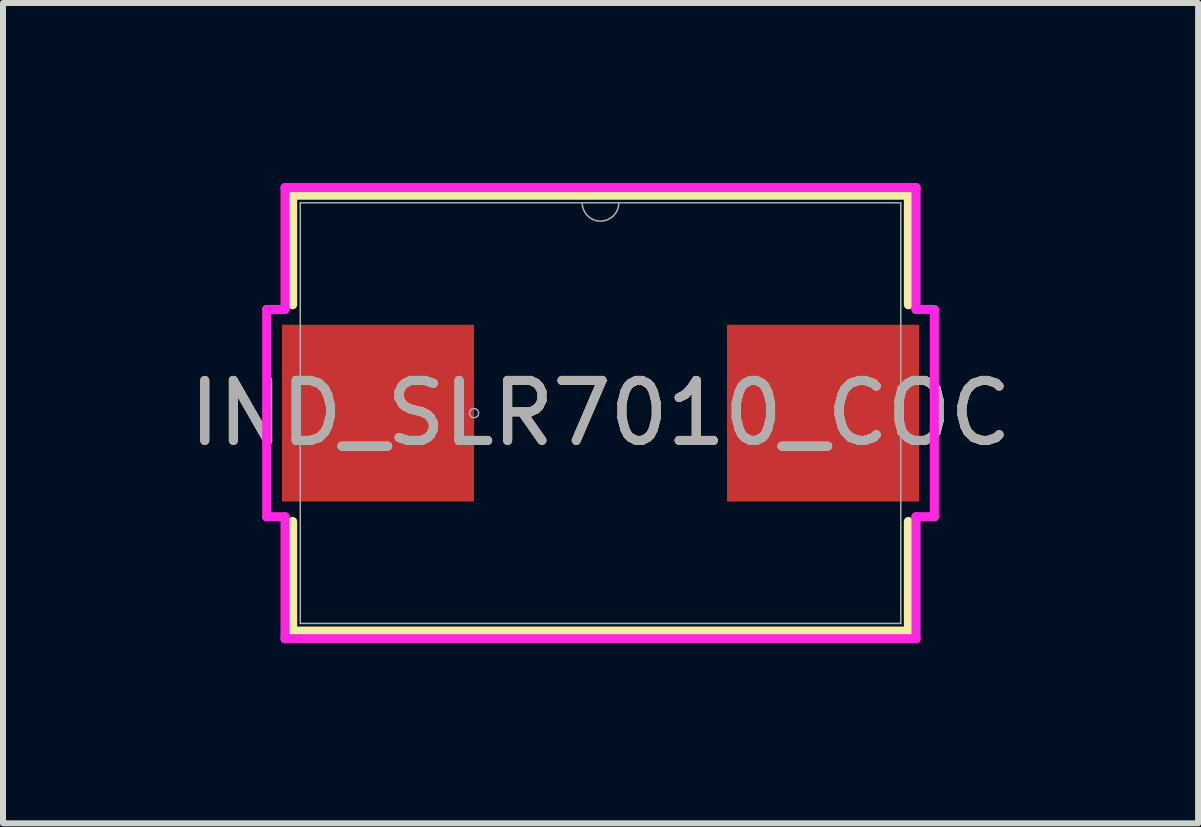
<source format=kicad_pcb>
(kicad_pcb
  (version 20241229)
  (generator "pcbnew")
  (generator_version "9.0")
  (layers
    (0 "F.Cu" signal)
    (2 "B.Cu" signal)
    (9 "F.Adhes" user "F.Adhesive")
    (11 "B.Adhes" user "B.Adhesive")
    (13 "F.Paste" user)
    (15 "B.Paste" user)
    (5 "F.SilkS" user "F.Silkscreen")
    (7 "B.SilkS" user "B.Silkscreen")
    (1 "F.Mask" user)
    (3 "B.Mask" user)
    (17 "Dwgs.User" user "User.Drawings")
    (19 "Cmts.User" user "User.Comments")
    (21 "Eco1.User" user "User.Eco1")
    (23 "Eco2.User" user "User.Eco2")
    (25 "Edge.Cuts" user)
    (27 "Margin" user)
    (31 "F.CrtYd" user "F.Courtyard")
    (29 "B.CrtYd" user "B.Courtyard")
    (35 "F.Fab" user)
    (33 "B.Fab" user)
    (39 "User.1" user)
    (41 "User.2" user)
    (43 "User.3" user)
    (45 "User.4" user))
  (footprint "IND_SLR7010_COC"
    (layer "F.Cu")
    (at 6.958 3.835)
    (property "Reference" "IND_SLR7010_COC" (at 0 0 0) (unlocked yes) (layer "F.SilkS") (effects (font (size 1 1) (thickness 0.15))))
    (attr smd)
    (fp_line (start -5.131 -3.632) (end -5.131 -1.806) (stroke (width 0.152) (type solid)) (layer "F.SilkS"))
    (fp_line (start -5.131 1.806) (end -5.131 3.632) (stroke (width 0.152) (type solid)) (layer "F.SilkS"))
    (fp_line (start -5.131 3.632) (end 5.131 3.632) (stroke (width 0.152) (type solid)) (layer "F.SilkS"))
    (fp_line (start 5.131 -3.632) (end -5.131 -3.632) (stroke (width 0.152) (type solid)) (layer "F.SilkS"))
    (fp_line (start 5.131 -1.806) (end 5.131 -3.632) (stroke (width 0.152) (type solid)) (layer "F.SilkS"))
    (fp_line (start 5.131 3.632) (end 5.131 1.806) (stroke (width 0.152) (type solid)) (layer "F.SilkS"))
    (fp_line (start -5.563 -1.727) (end -5.258 -1.727) (stroke (width 0.152) (type solid)) (layer "F.CrtYd"))
    (fp_line (start -5.563 1.727) (end -5.563 -1.727) (stroke (width 0.152) (type solid)) (layer "F.CrtYd"))
    (fp_line (start -5.563 1.727) (end -5.258 1.727) (stroke (width 0.152) (type solid)) (layer "F.CrtYd"))
    (fp_line (start -5.258 -3.759) (end 5.258 -3.759) (stroke (width 0.152) (type solid)) (layer "F.CrtYd"))
    (fp_line (start -5.258 -1.727) (end -5.258 -3.759) (stroke (width 0.152) (type solid)) (layer "F.CrtYd"))
    (fp_line (start -5.258 3.759) (end -5.258 1.727) (stroke (width 0.152) (type solid)) (layer "F.CrtYd"))
    (fp_line (start 5.258 -3.759) (end 5.258 -1.727) (stroke (width 0.152) (type solid)) (layer "F.CrtYd"))
    (fp_line (start 5.258 1.727) (end 5.258 3.759) (stroke (width 0.152) (type solid)) (layer "F.CrtYd"))
    (fp_line (start 5.258 3.759) (end -5.258 3.759) (stroke (width 0.152) (type solid)) (layer "F.CrtYd"))
    (fp_line (start 5.563 -1.727) (end 5.258 -1.727) (stroke (width 0.152) (type solid)) (layer "F.CrtYd"))
    (fp_line (start 5.563 -1.727) (end 5.563 1.727) (stroke (width 0.152) (type solid)) (layer "F.CrtYd"))
    (fp_line (start 5.563 1.727) (end 5.258 1.727) (stroke (width 0.152) (type solid)) (layer "F.CrtYd"))
    (fp_line (start -5.004 -3.505) (end -5.004 3.505) (stroke (width 0.025) (type solid)) (layer "F.Fab"))
    (fp_line (start -5.004 3.505) (end 5.004 3.505) (stroke (width 0.025) (type solid)) (layer "F.Fab"))
    (fp_line (start 5.004 -3.505) (end -5.004 -3.505) (stroke (width 0.025) (type solid)) (layer "F.Fab"))
    (fp_line (start 5.004 3.505) (end 5.004 -3.505) (stroke (width 0.025) (type solid)) (layer "F.Fab"))
    (fp_arc (start 0.3048 -3.5052) (mid 0 -3.2004) (end -0.3048 -3.5052) (stroke (width 0.0254) (type solid)) (layer "F.Fab"))
    (fp_circle (center -2.108 0) (end -2.032 0) (stroke (width 0.025) (type solid)) (fill no) (layer "F.Fab"))
    (fp_text user "${REFERENCE}" (at 0 0 0) (unlocked yes) (layer "F.Fab") (effects (font (size 1 1) (thickness 0.15))))
    (pad "1" smd rect (at -3.708 0) (size 3.2 2.946) (layers "F.Cu" "F.Mask" "F.Paste"))
    (pad "2" smd rect (at 3.708 0) (size 3.2 2.946) (layers "F.Cu" "F.Mask" "F.Paste")))
  (gr_rect
    (start -3 -3)
    (end 16.917 10.671)
    (stroke (width 0.1) (type default))
    (fill no)
    (layer "Edge.Cuts")))
</source>
